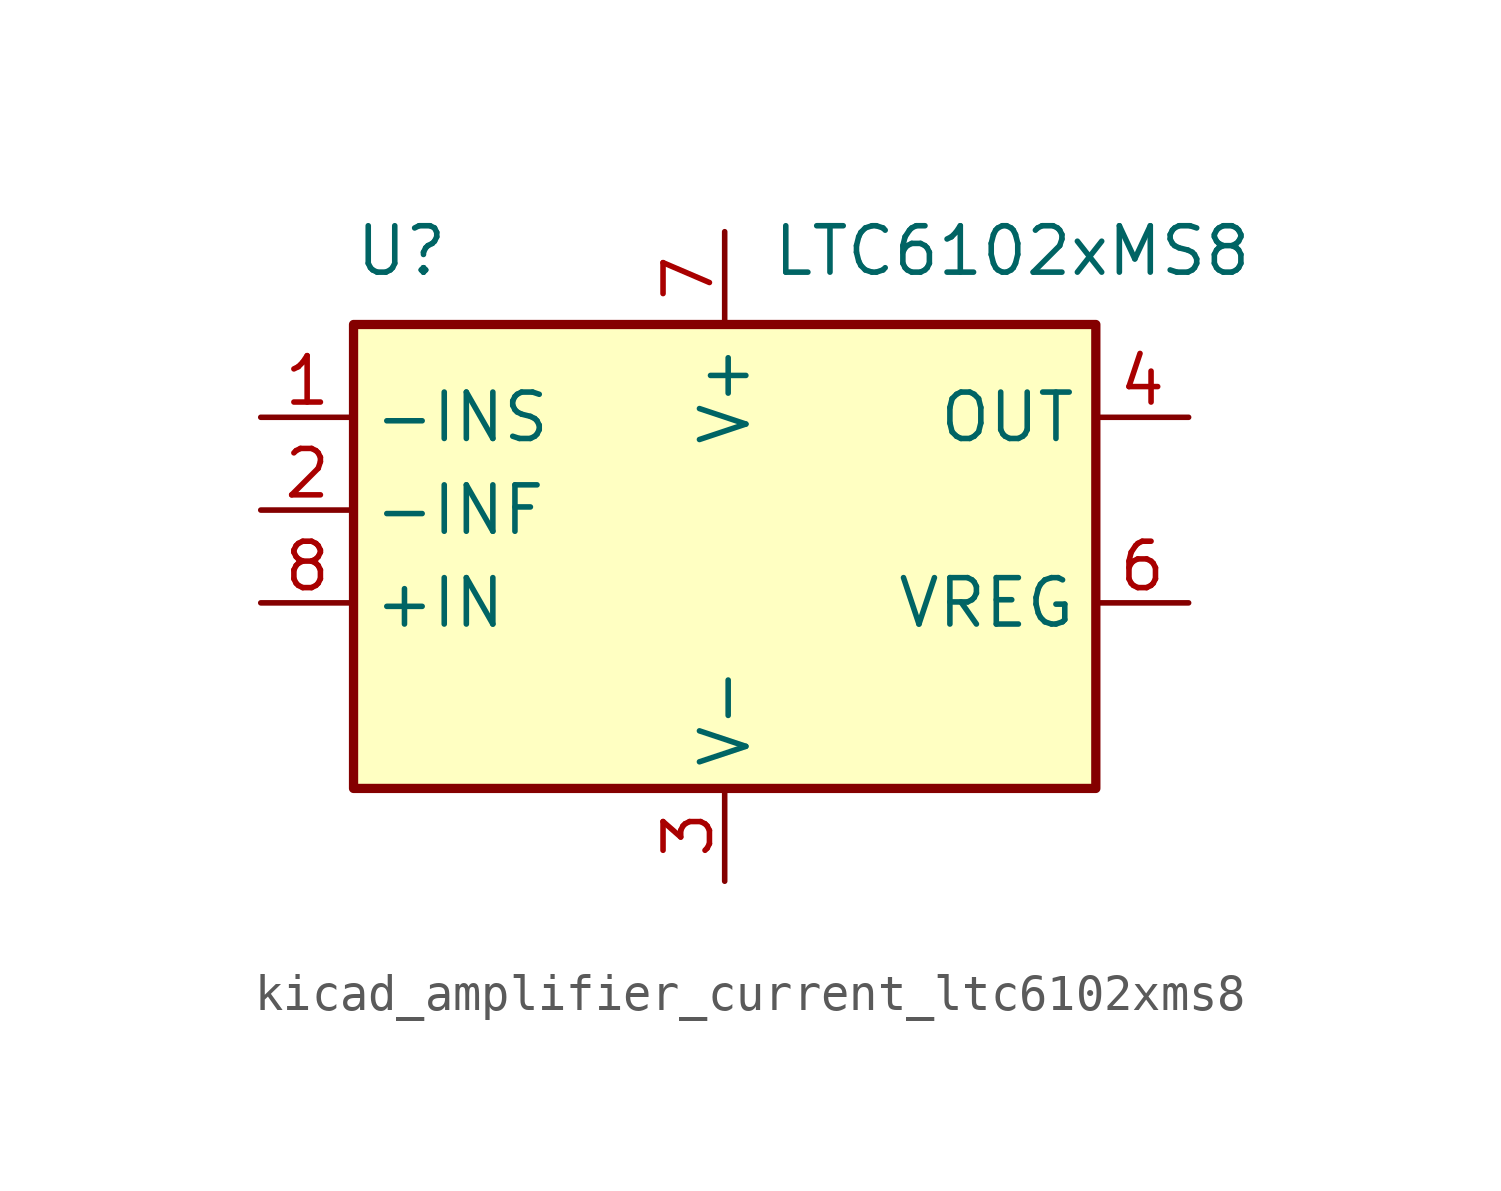
<source format=kicad_sym>
(kicad_symbol_lib
  (version 20220914)
  (generator kicad_symbol_editor)
  (symbol "kicad_amplifier_current_ltc6102xms8"
    (property "Reference" "U"
      (at -10.16 8.89 0)
      (effects (font (size 1.27 1.27)) (justify left bottom)))
    (property "Value" "LTC6102xMS8"
      (at 1.27 8.89 0)
      (effects (font (size 1.27 1.27)) (justify left bottom)))
    (symbol "kicad_amplifier_current_ltc6102xms8_0_1"
      (rectangle (start -10.16 7.62) (end 10.16 -5.08) (stroke (width 0.254) (type default)) (fill (type background))))
    (symbol "kicad_amplifier_current_ltc6102xms8_1_1"
      (pin input line (at -12.7 5.08 0) (length 2.54) (name "-INS" (effects (font (size 1.27 1.27)))) (number "1" (effects (font (size 1.27 1.27)))))
      (pin input line (at -12.7 2.54 0) (length 2.54) (name "-INF" (effects (font (size 1.27 1.27)))) (number "2" (effects (font (size 1.27 1.27)))))
      (pin power_in line (at 0 -7.62 90) (length 2.54) (name "V-" (effects (font (size 1.27 1.27)))) (number "3" (effects (font (size 1.27 1.27)))))
      (pin output line (at 12.7 5.08 180) (length 2.54) (name "OUT" (effects (font (size 1.27 1.27)))) (number "4" (effects (font (size 1.27 1.27)))))
      (pin passive line (at 0 -7.62 90) (length 2.54) hide (name "V-" (effects (font (size 1.27 1.27)))) (number "5" (effects (font (size 1.27 1.27)))))
      (pin output line (at 12.7 0 180) (length 2.54) (name "VREG" (effects (font (size 1.27 1.27)))) (number "6" (effects (font (size 1.27 1.27)))))
      (pin power_in line (at 0 10.16 270) (length 2.54) (name "V+" (effects (font (size 1.27 1.27)))) (number "7" (effects (font (size 1.27 1.27)))))
      (pin input line (at -12.7 0 0) (length 2.54) (name "+IN" (effects (font (size 1.27 1.27)))) (number "8" (effects (font (size 1.27 1.27))))))))
</source>
